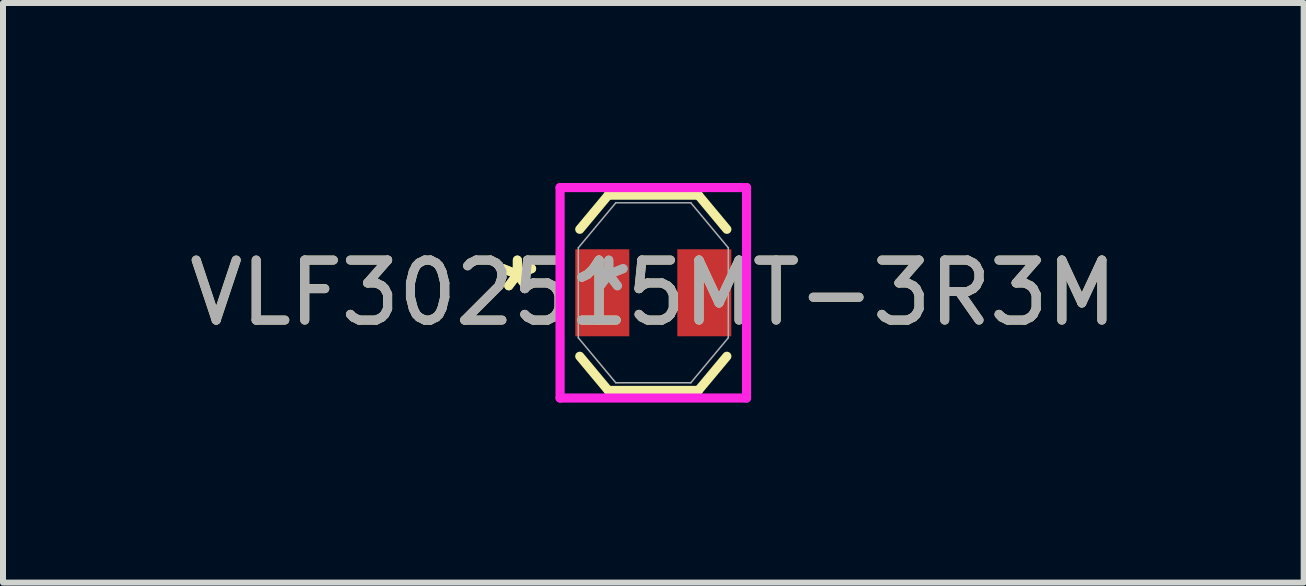
<source format=kicad_pcb>
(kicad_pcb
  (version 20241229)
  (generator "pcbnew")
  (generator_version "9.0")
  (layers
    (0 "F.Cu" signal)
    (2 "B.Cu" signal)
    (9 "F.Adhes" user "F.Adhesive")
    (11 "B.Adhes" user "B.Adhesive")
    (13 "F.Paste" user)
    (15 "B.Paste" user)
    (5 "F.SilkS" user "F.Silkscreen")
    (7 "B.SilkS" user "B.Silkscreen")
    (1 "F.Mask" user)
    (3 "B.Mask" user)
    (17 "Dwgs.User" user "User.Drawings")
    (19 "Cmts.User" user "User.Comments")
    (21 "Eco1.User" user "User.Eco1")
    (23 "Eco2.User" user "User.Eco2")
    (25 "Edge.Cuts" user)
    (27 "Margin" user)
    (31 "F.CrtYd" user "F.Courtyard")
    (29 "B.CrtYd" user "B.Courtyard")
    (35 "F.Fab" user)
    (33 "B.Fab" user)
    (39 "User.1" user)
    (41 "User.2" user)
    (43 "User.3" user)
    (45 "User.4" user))
  (footprint "VLF302515MT-3R3M"
    (layer "F.Cu")
    (at 7.839 1.83)
    (property "Reference" "VLF302515MT-3R3M" (at 0 0 0) (unlocked yes) (layer "F.SilkS") (effects (font (size 1 1) (thickness 0.15))))
    (attr smd)
    (fp_line (start -1.226 1.058) (end -0.752 1.627) (stroke (width 0.152) (type solid)) (layer "F.SilkS"))
    (fp_line (start -0.752 -1.627) (end -1.226 -1.058) (stroke (width 0.152) (type solid)) (layer "F.SilkS"))
    (fp_line (start -0.752 1.627) (end 0.752 1.627) (stroke (width 0.152) (type solid)) (layer "F.SilkS"))
    (fp_line (start 0.752 -1.627) (end -0.752 -1.627) (stroke (width 0.152) (type solid)) (layer "F.SilkS"))
    (fp_line (start 0.752 1.627) (end 1.226 1.058) (stroke (width 0.152) (type solid)) (layer "F.SilkS"))
    (fp_line (start 1.226 -1.058) (end 0.752 -1.627) (stroke (width 0.152) (type solid)) (layer "F.SilkS"))
    (fp_line (start -1.554 -1.754) (end 1.554 -1.754) (stroke (width 0.152) (type solid)) (layer "F.CrtYd"))
    (fp_line (start -1.554 1.754) (end -1.554 -1.754) (stroke (width 0.152) (type solid)) (layer "F.CrtYd"))
    (fp_line (start 1.554 -1.754) (end 1.554 1.754) (stroke (width 0.152) (type solid)) (layer "F.CrtYd"))
    (fp_line (start 1.554 1.754) (end -1.554 1.754) (stroke (width 0.152) (type solid)) (layer "F.CrtYd"))
    (fp_line (start -1.25 -0.75) (end -1.25 0.75) (stroke (width 0.025) (type solid)) (layer "F.Fab"))
    (fp_line (start -1.25 0.75) (end -0.625 1.5) (stroke (width 0.025) (type solid)) (layer "F.Fab"))
    (fp_line (start -0.625 -1.5) (end -1.25 -0.75) (stroke (width 0.025) (type solid)) (layer "F.Fab"))
    (fp_line (start -0.625 1.5) (end 0.625 1.5) (stroke (width 0.025) (type solid)) (layer "F.Fab"))
    (fp_line (start 0.625 -1.5) (end -0.625 -1.5) (stroke (width 0.025) (type solid)) (layer "F.Fab"))
    (fp_line (start 0.625 1.5) (end 1.25 0.75) (stroke (width 0.025) (type solid)) (layer "F.Fab"))
    (fp_line (start 1.25 -0.75) (end 0.625 -1.5) (stroke (width 0.025) (type solid)) (layer "F.Fab"))
    (fp_line (start 1.25 0.75) (end 1.25 -0.75) (stroke (width 0.025) (type solid)) (layer "F.Fab"))
    (fp_text user "*" (at -2.266 0 0) (layer "F.SilkS") (effects (font (size 1 1) (thickness 0.15))))
    (fp_text user "*" (at -2.266 0 0) (unlocked yes) (layer "F.SilkS") (effects (font (size 1 1) (thickness 0.15))))
    (fp_text user "*" (at -0.742 0 0) (unlocked yes) (layer "F.Fab") (effects (font (size 1 1) (thickness 0.15))))
    (fp_text user "*" (at -0.742 0 0) (layer "F.Fab") (effects (font (size 1 1) (thickness 0.15))))
    (fp_text user "${REFERENCE}" (at 0 0 0) (unlocked yes) (layer "F.Fab") (effects (font (size 1 1) (thickness 0.15))))
    (pad "1" smd rect (at -0.85 0) (size 0.9 1.45) (layers "F.Cu" "F.Mask" "F.Paste"))
    (pad "2" smd rect (at 0.85 0) (size 0.9 1.45) (layers "F.Cu" "F.Mask" "F.Paste")))
  (gr_rect
    (start -3 -3)
    (end 18.679 6.66)
    (stroke (width 0.1) (type default))
    (fill no)
    (layer "Edge.Cuts")))
</source>
